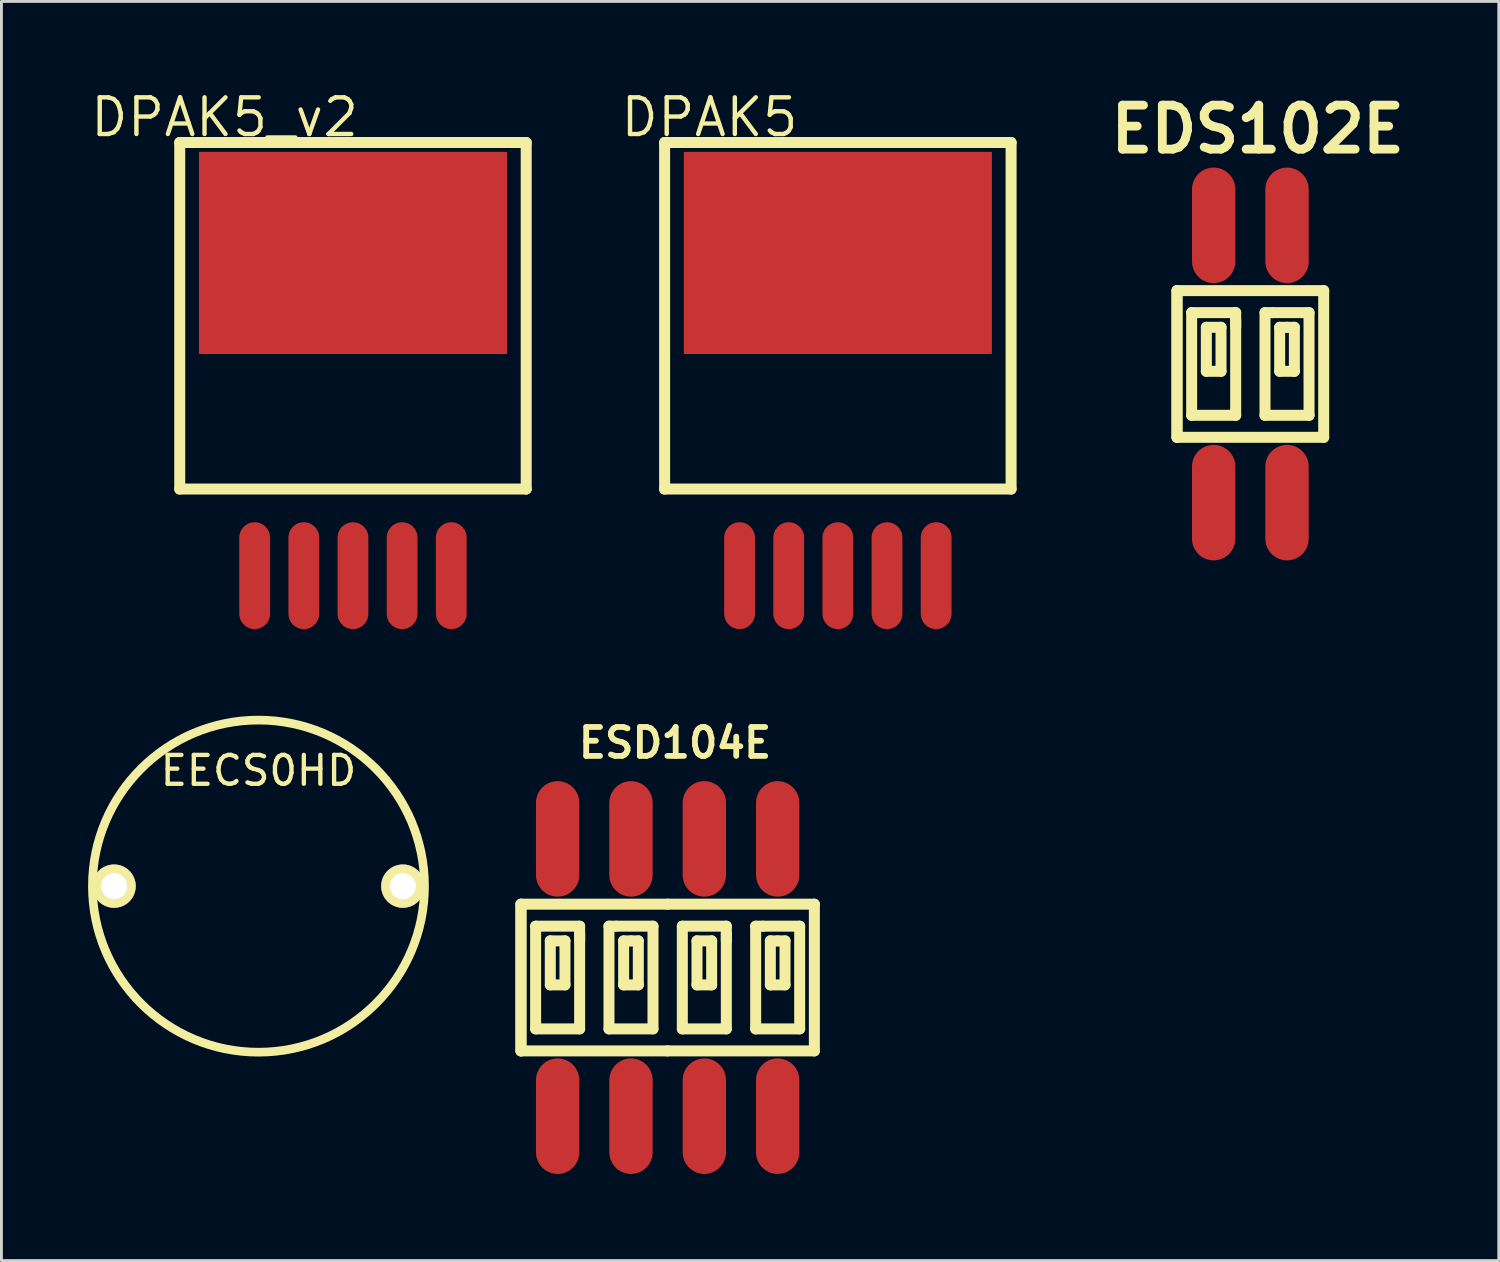
<source format=kicad_pcb>
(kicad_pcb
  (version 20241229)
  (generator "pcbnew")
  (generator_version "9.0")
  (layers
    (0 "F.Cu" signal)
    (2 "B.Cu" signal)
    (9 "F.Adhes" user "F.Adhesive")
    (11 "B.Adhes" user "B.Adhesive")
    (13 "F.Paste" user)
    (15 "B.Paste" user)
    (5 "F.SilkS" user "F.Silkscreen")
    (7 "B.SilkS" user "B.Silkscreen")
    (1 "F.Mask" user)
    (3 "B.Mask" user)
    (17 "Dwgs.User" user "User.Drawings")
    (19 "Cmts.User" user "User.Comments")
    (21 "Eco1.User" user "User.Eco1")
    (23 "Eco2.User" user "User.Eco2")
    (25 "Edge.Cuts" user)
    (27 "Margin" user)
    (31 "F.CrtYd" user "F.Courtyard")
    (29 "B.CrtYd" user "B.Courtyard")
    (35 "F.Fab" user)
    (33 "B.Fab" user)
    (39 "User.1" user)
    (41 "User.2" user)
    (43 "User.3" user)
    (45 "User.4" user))
  (footprint "DPAK5"
    (layer "F.Cu")
    (at 25.964 16.885)
    (property "Reference" "DPAK5" (at -4.445 -15.875 0) (layer "F.SilkS") (effects (font (size 1.27 1.27) (thickness 0.152))))
    (attr through_hole)
    (fp_line (start -5.999 -15.001) (end 5.999 -15.001) (stroke (width 0.381) (type solid)) (layer "F.SilkS"))
    (fp_line (start -5.999 -3) (end -5.999 -15.001) (stroke (width 0.381) (type solid)) (layer "F.SilkS"))
    (fp_line (start 5.999 -15.001) (end 5.999 -3) (stroke (width 0.381) (type solid)) (layer "F.SilkS"))
    (fp_line (start 5.999 -3) (end -5.999 -3) (stroke (width 0.381) (type solid)) (layer "F.SilkS"))
    (pad "1" smd oval (at -3.404 0) (size 1.067 3.701) (layers "F.Cu" "F.Mask" "F.Paste"))
    (pad "2" smd oval (at -1.702 0) (size 1.067 3.701) (layers "F.Cu" "F.Mask" "F.Paste"))
    (pad "3" smd rect (at 0 -11.176) (size 10.668 7) (layers "F.Cu" "F.Mask" "F.Paste"))
    (pad "3" smd oval (at 0 0) (size 1.067 3.701) (layers "F.Cu" "F.Mask" "F.Paste"))
    (pad "4" smd oval (at 1.702 0) (size 1.067 3.701) (layers "F.Cu" "F.Mask" "F.Paste"))
    (pad "5" smd oval (at 3.404 0) (size 1.067 3.701) (layers "F.Cu" "F.Mask" "F.Paste")))
  (footprint "EECS0HD"
    (layer "F.Cu")
    (at 5.9 27.636)
    (property "Reference" "EECS0HD" (at 0 -4 0) (layer "F.SilkS") (effects (font (size 1 1) (thickness 0.15))))
    (attr through_hole)
    (fp_circle (center 0 0) (end 5.75 0) (stroke (width 0.3) (type solid)) (fill no) (layer "F.SilkS"))
    (pad "1" thru_hole circle (at -5 0) (size 1.5 1.5) (drill 0.9) (layers "*.Cu" "*.Mask" "F.SilkS"))
    (pad "2" thru_hole circle (at 5 0) (size 1.5 1.5) (drill 0.9) (layers "*.Cu" "*.Mask" "F.SilkS")))
  (footprint "DPAK5_v2"
    (layer "F.Cu")
    (at 9.173 16.885)
    (property "Reference" "DPAK5_v2" (at -4.445 -15.875 0) (layer "F.SilkS") (effects (font (size 1.27 1.27) (thickness 0.152))))
    (attr through_hole)
    (fp_line (start -5.999 -15.001) (end 5.999 -15.001) (stroke (width 0.381) (type solid)) (layer "F.SilkS"))
    (fp_line (start -5.999 -3) (end -5.999 -15.001) (stroke (width 0.381) (type solid)) (layer "F.SilkS"))
    (fp_line (start 5.999 -15.001) (end 5.999 -3) (stroke (width 0.381) (type solid)) (layer "F.SilkS"))
    (fp_line (start 5.999 -3) (end -5.999 -3) (stroke (width 0.381) (type solid)) (layer "F.SilkS"))
    (pad "1" smd oval (at -3.404 0) (size 1.067 3.701) (layers "F.Cu" "F.Mask" "F.Paste"))
    (pad "2" smd oval (at -1.702 0) (size 1.067 3.701) (layers "F.Cu" "F.Mask" "F.Paste"))
    (pad "3" smd rect (at 0 -11.176) (size 10.668 7) (layers "F.Cu" "F.Mask" "F.Paste"))
    (pad "3" smd oval (at 0 0) (size 1.067 3.701) (layers "F.Cu" "F.Mask" "F.Paste"))
    (pad "4" smd oval (at 1.702 0) (size 1.067 3.701) (layers "F.Cu" "F.Mask" "F.Paste"))
    (pad "5" smd oval (at 3.404 0) (size 1.067 3.701) (layers "F.Cu" "F.Mask" "F.Paste")))
  (footprint "EDS102E"
    (layer "F.Cu")
    (at 40.248 9.554)
    (property "Reference" "EDS102E" (at 0.254 -8.128 0) (layer "F.SilkS") (effects (font (size 1.524 1.524) (thickness 0.305))))
    (attr through_hole)
    (fp_line (start -2.54 -2.54) (end -2.54 2.54) (stroke (width 0.381) (type solid)) (layer "F.SilkS"))
    (fp_line (start -2.54 -2.54) (end 2.54 -2.54) (stroke (width 0.381) (type solid)) (layer "F.SilkS"))
    (fp_line (start -2.54 2.54) (end -2.54 -2.54) (stroke (width 0.381) (type solid)) (layer "F.SilkS"))
    (fp_line (start -2.032 -1.778) (end -2.032 1.778) (stroke (width 0.381) (type solid)) (layer "F.SilkS"))
    (fp_line (start -2.032 1.778) (end -0.508 1.778) (stroke (width 0.381) (type solid)) (layer "F.SilkS"))
    (fp_line (start -1.524 -1.27) (end -1.524 0.254) (stroke (width 0.381) (type solid)) (layer "F.SilkS"))
    (fp_line (start -1.524 0.254) (end -1.016 0.254) (stroke (width 0.381) (type solid)) (layer "F.SilkS"))
    (fp_line (start -1.016 -1.27) (end -1.524 -1.27) (stroke (width 0.381) (type solid)) (layer "F.SilkS"))
    (fp_line (start -1.016 0.254) (end -1.016 -1.27) (stroke (width 0.381) (type solid)) (layer "F.SilkS"))
    (fp_line (start -0.508 -1.778) (end -2.032 -1.778) (stroke (width 0.381) (type solid)) (layer "F.SilkS"))
    (fp_line (start -0.508 -1.27) (end -0.508 -1.778) (stroke (width 0.381) (type solid)) (layer "F.SilkS"))
    (fp_line (start -0.508 1.778) (end -0.508 -1.524) (stroke (width 0.381) (type solid)) (layer "F.SilkS"))
    (fp_line (start 0.508 -1.778) (end 0.762 -1.778) (stroke (width 0.381) (type solid)) (layer "F.SilkS"))
    (fp_line (start 0.508 1.778) (end 0.508 -1.778) (stroke (width 0.381) (type solid)) (layer "F.SilkS"))
    (fp_line (start 0.762 -1.778) (end 2.032 -1.778) (stroke (width 0.381) (type solid)) (layer "F.SilkS"))
    (fp_line (start 1.016 -1.27) (end 1.016 0.254) (stroke (width 0.381) (type solid)) (layer "F.SilkS"))
    (fp_line (start 1.016 0.254) (end 1.524 0.254) (stroke (width 0.381) (type solid)) (layer "F.SilkS"))
    (fp_line (start 1.27 -1.27) (end 1.016 -1.27) (stroke (width 0.381) (type solid)) (layer "F.SilkS"))
    (fp_line (start 1.524 -1.27) (end 1.27 -1.27) (stroke (width 0.381) (type solid)) (layer "F.SilkS"))
    (fp_line (start 1.524 0.254) (end 1.524 -1.27) (stroke (width 0.381) (type solid)) (layer "F.SilkS"))
    (fp_line (start 2.032 -1.778) (end 2.032 1.778) (stroke (width 0.381) (type solid)) (layer "F.SilkS"))
    (fp_line (start 2.032 1.778) (end 0.508 1.778) (stroke (width 0.381) (type solid)) (layer "F.SilkS"))
    (fp_line (start 2.54 -2.54) (end 2.54 2.54) (stroke (width 0.381) (type solid)) (layer "F.SilkS"))
    (fp_line (start 2.54 2.54) (end -2.54 2.54) (stroke (width 0.381) (type solid)) (layer "F.SilkS"))
    (pad "1A" smd oval (at -1.27 4.801) (size 1.501 4) (layers "F.Cu" "F.Mask" "F.Paste"))
    (pad "1B" smd oval (at -1.27 -4.801) (size 1.501 4) (layers "F.Cu" "F.Mask" "F.Paste"))
    (pad "2A" smd oval (at 1.27 4.801) (size 1.501 4) (layers "F.Cu" "F.Mask" "F.Paste"))
    (pad "2B" smd oval (at 1.27 -4.801) (size 1.501 4) (layers "F.Cu" "F.Mask" "F.Paste")))
  (footprint "ESD104E"
    (layer "F.Cu")
    (at 20.07 30.801)
    (property "Reference" "ESD104E" (at 0.254 -8.128 0) (layer "F.SilkS") (effects (font (size 1.001 1.001) (thickness 0.201))))
    (attr through_hole)
    (fp_line (start -5.08 -2.54) (end -5.08 2.54) (stroke (width 0.381) (type solid)) (layer "F.SilkS"))
    (fp_line (start -5.08 -2.54) (end 0 -2.54) (stroke (width 0.381) (type solid)) (layer "F.SilkS"))
    (fp_line (start -5.08 2.54) (end -5.08 -2.54) (stroke (width 0.381) (type solid)) (layer "F.SilkS"))
    (fp_line (start -4.572 -1.778) (end -4.572 1.778) (stroke (width 0.381) (type solid)) (layer "F.SilkS"))
    (fp_line (start -4.572 1.778) (end -3.048 1.778) (stroke (width 0.381) (type solid)) (layer "F.SilkS"))
    (fp_line (start -4.064 -1.27) (end -4.064 0.254) (stroke (width 0.381) (type solid)) (layer "F.SilkS"))
    (fp_line (start -4.064 0.254) (end -3.556 0.254) (stroke (width 0.381) (type solid)) (layer "F.SilkS"))
    (fp_line (start -3.556 -1.27) (end -4.064 -1.27) (stroke (width 0.381) (type solid)) (layer "F.SilkS"))
    (fp_line (start -3.556 0.254) (end -3.556 -1.27) (stroke (width 0.381) (type solid)) (layer "F.SilkS"))
    (fp_line (start -3.048 -1.778) (end -4.572 -1.778) (stroke (width 0.381) (type solid)) (layer "F.SilkS"))
    (fp_line (start -3.048 -1.27) (end -3.048 -1.778) (stroke (width 0.381) (type solid)) (layer "F.SilkS"))
    (fp_line (start -3.048 1.778) (end -3.048 -1.524) (stroke (width 0.381) (type solid)) (layer "F.SilkS"))
    (fp_line (start -2.032 -1.778) (end -1.778 -1.778) (stroke (width 0.381) (type solid)) (layer "F.SilkS"))
    (fp_line (start -2.032 1.778) (end -2.032 -1.778) (stroke (width 0.381) (type solid)) (layer "F.SilkS"))
    (fp_line (start -1.778 -1.778) (end -0.508 -1.778) (stroke (width 0.381) (type solid)) (layer "F.SilkS"))
    (fp_line (start -1.524 -1.27) (end -1.524 0.254) (stroke (width 0.381) (type solid)) (layer "F.SilkS"))
    (fp_line (start -1.524 0.254) (end -1.016 0.254) (stroke (width 0.381) (type solid)) (layer "F.SilkS"))
    (fp_line (start -1.27 -1.27) (end -1.524 -1.27) (stroke (width 0.381) (type solid)) (layer "F.SilkS"))
    (fp_line (start -1.016 -1.27) (end -1.27 -1.27) (stroke (width 0.381) (type solid)) (layer "F.SilkS"))
    (fp_line (start -1.016 0.254) (end -1.016 -1.27) (stroke (width 0.381) (type solid)) (layer "F.SilkS"))
    (fp_line (start -0.508 -1.778) (end -0.508 1.778) (stroke (width 0.381) (type solid)) (layer "F.SilkS"))
    (fp_line (start -0.508 1.778) (end -2.032 1.778) (stroke (width 0.381) (type solid)) (layer "F.SilkS"))
    (fp_line (start 0 -2.54) (end 5.08 -2.54) (stroke (width 0.381) (type solid)) (layer "F.SilkS"))
    (fp_line (start 0 2.54) (end -5.08 2.54) (stroke (width 0.381) (type solid)) (layer "F.SilkS"))
    (fp_line (start 0.508 -1.778) (end 0.508 1.778) (stroke (width 0.381) (type solid)) (layer "F.SilkS"))
    (fp_line (start 0.508 1.778) (end 2.032 1.778) (stroke (width 0.381) (type solid)) (layer "F.SilkS"))
    (fp_line (start 1.016 -1.27) (end 1.016 0.254) (stroke (width 0.381) (type solid)) (layer "F.SilkS"))
    (fp_line (start 1.016 0.254) (end 1.524 0.254) (stroke (width 0.381) (type solid)) (layer "F.SilkS"))
    (fp_line (start 1.524 -1.27) (end 1.016 -1.27) (stroke (width 0.381) (type solid)) (layer "F.SilkS"))
    (fp_line (start 1.524 0.254) (end 1.524 -1.27) (stroke (width 0.381) (type solid)) (layer "F.SilkS"))
    (fp_line (start 2.032 -1.778) (end 0.508 -1.778) (stroke (width 0.381) (type solid)) (layer "F.SilkS"))
    (fp_line (start 2.032 -1.27) (end 2.032 -1.778) (stroke (width 0.381) (type solid)) (layer "F.SilkS"))
    (fp_line (start 2.032 1.778) (end 2.032 -1.524) (stroke (width 0.381) (type solid)) (layer "F.SilkS"))
    (fp_line (start 3.048 -1.778) (end 3.302 -1.778) (stroke (width 0.381) (type solid)) (layer "F.SilkS"))
    (fp_line (start 3.048 1.778) (end 3.048 -1.778) (stroke (width 0.381) (type solid)) (layer "F.SilkS"))
    (fp_line (start 3.302 -1.778) (end 4.572 -1.778) (stroke (width 0.381) (type solid)) (layer "F.SilkS"))
    (fp_line (start 3.556 -1.27) (end 3.556 0.254) (stroke (width 0.381) (type solid)) (layer "F.SilkS"))
    (fp_line (start 3.556 0.254) (end 4.064 0.254) (stroke (width 0.381) (type solid)) (layer "F.SilkS"))
    (fp_line (start 3.81 -1.27) (end 3.556 -1.27) (stroke (width 0.381) (type solid)) (layer "F.SilkS"))
    (fp_line (start 4.064 -1.27) (end 3.81 -1.27) (stroke (width 0.381) (type solid)) (layer "F.SilkS"))
    (fp_line (start 4.064 0.254) (end 4.064 -1.27) (stroke (width 0.381) (type solid)) (layer "F.SilkS"))
    (fp_line (start 4.572 -1.778) (end 4.572 1.778) (stroke (width 0.381) (type solid)) (layer "F.SilkS"))
    (fp_line (start 4.572 1.778) (end 3.048 1.778) (stroke (width 0.381) (type solid)) (layer "F.SilkS"))
    (fp_line (start 5.08 -2.54) (end 5.08 2.54) (stroke (width 0.381) (type solid)) (layer "F.SilkS"))
    (fp_line (start 5.08 2.54) (end 0 2.54) (stroke (width 0.381) (type solid)) (layer "F.SilkS"))
    (pad "1A" smd oval (at -3.81 4.801) (size 1.501 4) (layers "F.Cu" "F.Mask" "F.Paste"))
    (pad "1B" smd oval (at -3.81 -4.801) (size 1.501 4) (layers "F.Cu" "F.Mask" "F.Paste"))
    (pad "2A" smd oval (at -1.27 4.801) (size 1.501 4) (layers "F.Cu" "F.Mask" "F.Paste"))
    (pad "2B" smd oval (at -1.27 -4.801) (size 1.501 4) (layers "F.Cu" "F.Mask" "F.Paste"))
    (pad "3A" smd oval (at 1.27 4.801) (size 1.501 4) (layers "F.Cu" "F.Mask" "F.Paste"))
    (pad "3B" smd oval (at 1.27 -4.801) (size 1.501 4) (layers "F.Cu" "F.Mask" "F.Paste"))
    (pad "4A" smd oval (at 3.81 4.801) (size 1.501 4) (layers "F.Cu" "F.Mask" "F.Paste"))
    (pad "4B" smd oval (at 3.81 -4.801) (size 1.501 4) (layers "F.Cu" "F.Mask" "F.Paste")))
  (gr_rect
    (start -3 -3)
    (end 48.851 40.602)
    (stroke (width 0.1) (type default))
    (fill no)
    (layer "Edge.Cuts")))
</source>
